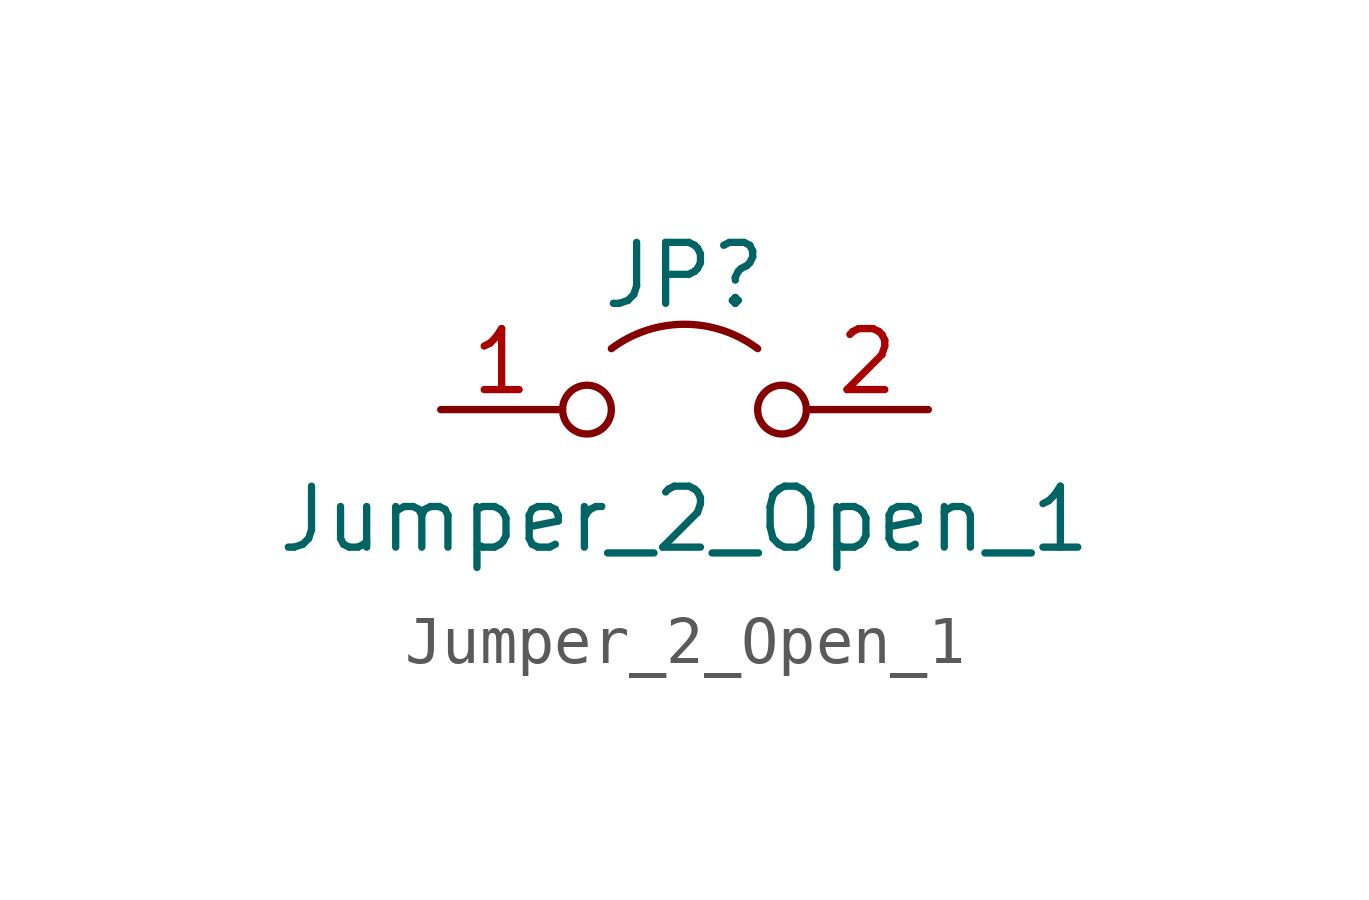
<source format=kicad_sym>
(kicad_symbol_lib
  (version 20211014)
  (generator kicad_symbol_editor)
  (symbol "Jumper_2_Open_1"
    (pin_names
      (offset 0) hide)
    (property "Reference" "JP"
      (at 0 2.794 0)
      (effects (font (size 1.27 1.27))))
    (property "Value" "Jumper_2_Open_1"
      (at 0 -2.286 0)
      (effects (font (size 1.27 1.27))))
    (symbol "Jumper_2_Open_1_0_0"
      (circle (center -2.032 0) (radius 0.508) (stroke (width 0) (type default) (color 0 0 0 0)) (fill (type none)))
      (circle (center 2.032 0) (radius 0.508) (stroke (width 0) (type default) (color 0 0 0 0)) (fill (type none))))
    (symbol "Jumper_2_Open_1_0_1"
      (arc (start 1.524 1.27) (mid 0 1.778) (end -1.524 1.27) (stroke (width 0) (type default) (color 0 0 0 0)) (fill (type none))))
    (symbol "Jumper_2_Open_1_1_1"
      (pin passive line (at -5.08 0 0) (length 2.54) (name "A" (effects (font (size 1.27 1.27)))) (number "1" (effects (font (size 1.27 1.27)))))
      (pin passive line (at 5.08 0 180) (length 2.54) (name "B" (effects (font (size 1.27 1.27)))) (number "2" (effects (font (size 1.27 1.27))))))))
</source>
